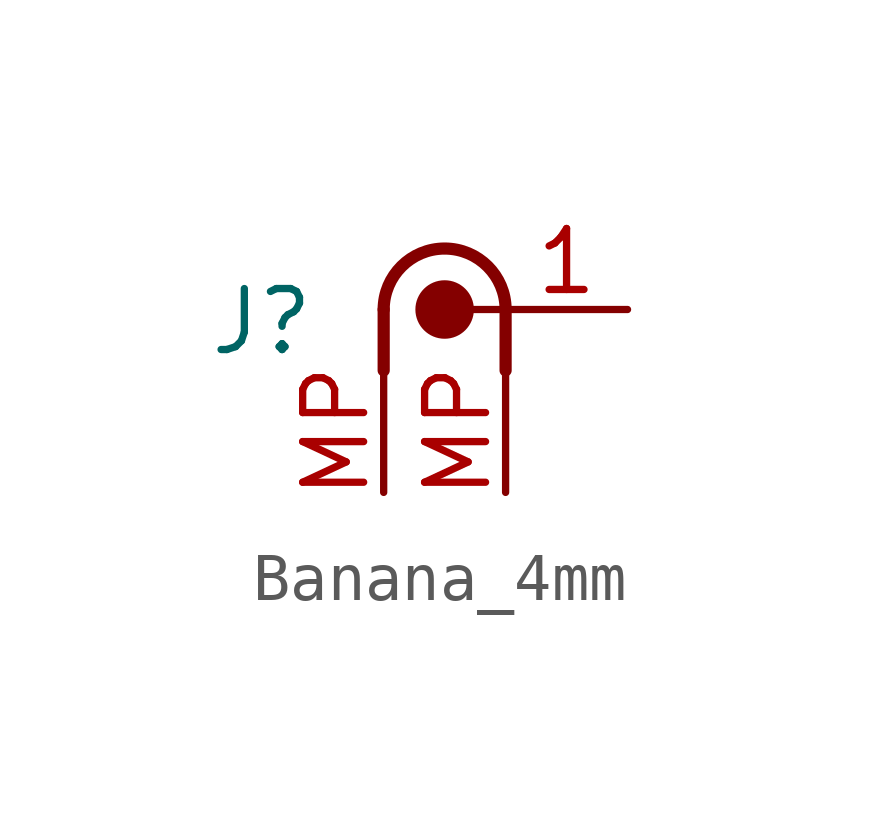
<source format=kicad_sym>
(kicad_symbol_lib
  (version 20231120)
  (generator "kicad_symbol_editor")
  (generator_version "8.0")
  (symbol "Banana_4mm"
    (property "Reference" "J"
      (at -3.81 -0.254 0)
      (effects (font (size 1.27 1.27))))
    (property "Value" ""
      (at 0 0 0)
      (effects (font (size 1.27 1.27))))
    (symbol "Banana_4mm_0_1"
      (circle (center 0 0) (radius 0.508) (stroke (width 0.203) (type default)) (fill (type outline)))
      (arc (start 1.27 0) (mid 0 1.27) (end -1.27 0) (stroke (width 0.254) (type default)) (fill (type none))))
    (symbol "Banana_4mm_1_1"
      (polyline (pts (xy -1.27 0) (xy -1.27 -1.27)) (stroke (width 0.254) (type default)) (fill (type none)))
      (polyline (pts (xy 1.27 0) (xy 0 0)) (stroke (width 0.152) (type default)) (fill (type none)))
      (polyline (pts (xy 1.27 0) (xy 1.27 -1.27)) (stroke (width 0.254) (type default)) (fill (type none)))
      (pin passive line (at 3.81 0 180) (length 2.54) (name "" (effects (font (size 1.27 1.27)))) (number "1" (effects (font (size 1.27 1.27)))))
      (pin passive line (at -1.27 -3.81 90) (length 2.54) (name "" (effects (font (size 1.27 1.27)))) (number "MP" (effects (font (size 1.27 1.27)))))
      (pin passive line (at 1.27 -3.81 90) (length 2.54) (name "" (effects (font (size 1.27 1.27)))) (number "MP" (effects (font (size 1.27 1.27))))))))
</source>
